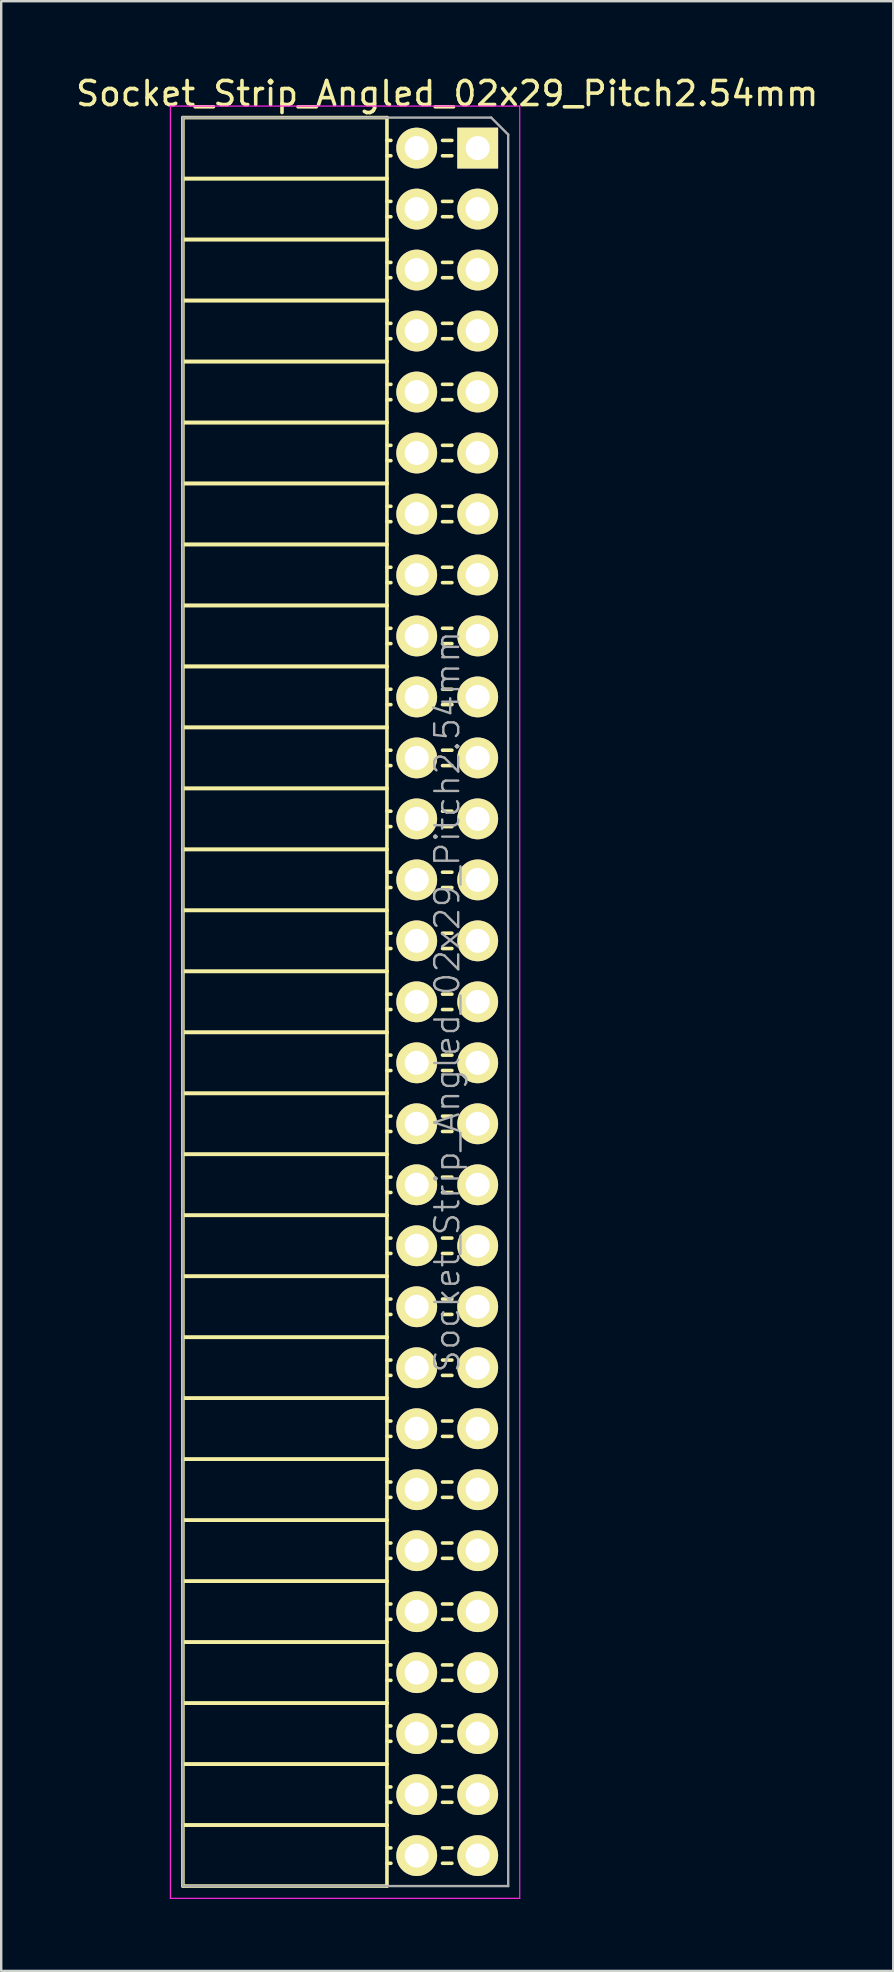
<source format=kicad_pcb>
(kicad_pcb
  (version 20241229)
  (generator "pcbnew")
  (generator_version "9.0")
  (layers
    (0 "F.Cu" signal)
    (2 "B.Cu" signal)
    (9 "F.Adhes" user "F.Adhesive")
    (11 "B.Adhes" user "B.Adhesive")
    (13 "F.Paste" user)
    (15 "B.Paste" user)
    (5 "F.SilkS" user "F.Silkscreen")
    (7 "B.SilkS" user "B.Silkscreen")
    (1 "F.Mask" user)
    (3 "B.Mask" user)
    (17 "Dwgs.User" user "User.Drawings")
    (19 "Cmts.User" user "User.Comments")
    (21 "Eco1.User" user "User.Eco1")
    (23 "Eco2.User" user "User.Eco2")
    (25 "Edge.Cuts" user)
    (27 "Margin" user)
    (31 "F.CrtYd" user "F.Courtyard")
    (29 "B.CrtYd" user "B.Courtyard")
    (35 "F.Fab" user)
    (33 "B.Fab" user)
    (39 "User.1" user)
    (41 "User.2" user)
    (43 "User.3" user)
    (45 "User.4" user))
  (footprint "Socket_Strip_Angled_02x29_Pitch2.54mm"
    (layer "F.Cu")
    (at 16.847 3.118)
    (property "Reference" "Socket_Strip_Angled_02x29_Pitch2.54mm" (at -1.27 -2.27 0) (layer "F.SilkS") (effects (font (size 1 1) (thickness 0.15))))
    (attr smd)
    (fp_line (start -12.28 -1.27) (end -12.28 1.27) (stroke (width 0.15) (type solid)) (layer "F.SilkS"))
    (fp_line (start -12.28 -1.27) (end -3.78 -1.27) (stroke (width 0.15) (type solid)) (layer "F.SilkS"))
    (fp_line (start -12.28 1.27) (end -12.28 3.81) (stroke (width 0.15) (type solid)) (layer "F.SilkS"))
    (fp_line (start -12.28 1.27) (end -3.78 1.27) (stroke (width 0.15) (type solid)) (layer "F.SilkS"))
    (fp_line (start -12.28 1.27) (end -3.78 1.27) (stroke (width 0.15) (type solid)) (layer "F.SilkS"))
    (fp_line (start -12.28 3.81) (end -12.28 6.35) (stroke (width 0.15) (type solid)) (layer "F.SilkS"))
    (fp_line (start -12.28 3.81) (end -3.78 3.81) (stroke (width 0.15) (type solid)) (layer "F.SilkS"))
    (fp_line (start -12.28 3.81) (end -3.78 3.81) (stroke (width 0.15) (type solid)) (layer "F.SilkS"))
    (fp_line (start -12.28 6.35) (end -12.28 8.89) (stroke (width 0.15) (type solid)) (layer "F.SilkS"))
    (fp_line (start -12.28 6.35) (end -3.78 6.35) (stroke (width 0.15) (type solid)) (layer "F.SilkS"))
    (fp_line (start -12.28 6.35) (end -3.78 6.35) (stroke (width 0.15) (type solid)) (layer "F.SilkS"))
    (fp_line (start -12.28 8.89) (end -12.28 11.43) (stroke (width 0.15) (type solid)) (layer "F.SilkS"))
    (fp_line (start -12.28 8.89) (end -3.78 8.89) (stroke (width 0.15) (type solid)) (layer "F.SilkS"))
    (fp_line (start -12.28 8.89) (end -3.78 8.89) (stroke (width 0.15) (type solid)) (layer "F.SilkS"))
    (fp_line (start -12.28 11.43) (end -12.28 13.97) (stroke (width 0.15) (type solid)) (layer "F.SilkS"))
    (fp_line (start -12.28 11.43) (end -3.78 11.43) (stroke (width 0.15) (type solid)) (layer "F.SilkS"))
    (fp_line (start -12.28 11.43) (end -3.78 11.43) (stroke (width 0.15) (type solid)) (layer "F.SilkS"))
    (fp_line (start -12.28 13.97) (end -12.28 16.51) (stroke (width 0.15) (type solid)) (layer "F.SilkS"))
    (fp_line (start -12.28 13.97) (end -3.78 13.97) (stroke (width 0.15) (type solid)) (layer "F.SilkS"))
    (fp_line (start -12.28 13.97) (end -3.78 13.97) (stroke (width 0.15) (type solid)) (layer "F.SilkS"))
    (fp_line (start -12.28 16.51) (end -12.28 19.05) (stroke (width 0.15) (type solid)) (layer "F.SilkS"))
    (fp_line (start -12.28 16.51) (end -3.78 16.51) (stroke (width 0.15) (type solid)) (layer "F.SilkS"))
    (fp_line (start -12.28 16.51) (end -3.78 16.51) (stroke (width 0.15) (type solid)) (layer "F.SilkS"))
    (fp_line (start -12.28 19.05) (end -12.28 21.59) (stroke (width 0.15) (type solid)) (layer "F.SilkS"))
    (fp_line (start -12.28 19.05) (end -3.78 19.05) (stroke (width 0.15) (type solid)) (layer "F.SilkS"))
    (fp_line (start -12.28 19.05) (end -3.78 19.05) (stroke (width 0.15) (type solid)) (layer "F.SilkS"))
    (fp_line (start -12.28 21.59) (end -12.28 24.13) (stroke (width 0.15) (type solid)) (layer "F.SilkS"))
    (fp_line (start -12.28 21.59) (end -3.78 21.59) (stroke (width 0.15) (type solid)) (layer "F.SilkS"))
    (fp_line (start -12.28 21.59) (end -3.78 21.59) (stroke (width 0.15) (type solid)) (layer "F.SilkS"))
    (fp_line (start -12.28 24.13) (end -12.28 26.67) (stroke (width 0.15) (type solid)) (layer "F.SilkS"))
    (fp_line (start -12.28 24.13) (end -3.78 24.13) (stroke (width 0.15) (type solid)) (layer "F.SilkS"))
    (fp_line (start -12.28 24.13) (end -3.78 24.13) (stroke (width 0.15) (type solid)) (layer "F.SilkS"))
    (fp_line (start -12.28 26.67) (end -12.28 29.21) (stroke (width 0.15) (type solid)) (layer "F.SilkS"))
    (fp_line (start -12.28 26.67) (end -3.78 26.67) (stroke (width 0.15) (type solid)) (layer "F.SilkS"))
    (fp_line (start -12.28 26.67) (end -3.78 26.67) (stroke (width 0.15) (type solid)) (layer "F.SilkS"))
    (fp_line (start -12.28 29.21) (end -12.28 31.75) (stroke (width 0.15) (type solid)) (layer "F.SilkS"))
    (fp_line (start -12.28 29.21) (end -3.78 29.21) (stroke (width 0.15) (type solid)) (layer "F.SilkS"))
    (fp_line (start -12.28 29.21) (end -3.78 29.21) (stroke (width 0.15) (type solid)) (layer "F.SilkS"))
    (fp_line (start -12.28 31.75) (end -12.28 34.29) (stroke (width 0.15) (type solid)) (layer "F.SilkS"))
    (fp_line (start -12.28 31.75) (end -3.78 31.75) (stroke (width 0.15) (type solid)) (layer "F.SilkS"))
    (fp_line (start -12.28 31.75) (end -3.78 31.75) (stroke (width 0.15) (type solid)) (layer "F.SilkS"))
    (fp_line (start -12.28 34.29) (end -12.28 36.83) (stroke (width 0.15) (type solid)) (layer "F.SilkS"))
    (fp_line (start -12.28 34.29) (end -3.78 34.29) (stroke (width 0.15) (type solid)) (layer "F.SilkS"))
    (fp_line (start -12.28 34.29) (end -3.78 34.29) (stroke (width 0.15) (type solid)) (layer "F.SilkS"))
    (fp_line (start -12.28 36.83) (end -12.28 39.37) (stroke (width 0.15) (type solid)) (layer "F.SilkS"))
    (fp_line (start -12.28 36.83) (end -3.78 36.83) (stroke (width 0.15) (type solid)) (layer "F.SilkS"))
    (fp_line (start -12.28 36.83) (end -3.78 36.83) (stroke (width 0.15) (type solid)) (layer "F.SilkS"))
    (fp_line (start -12.28 39.37) (end -12.28 41.91) (stroke (width 0.15) (type solid)) (layer "F.SilkS"))
    (fp_line (start -12.28 39.37) (end -3.78 39.37) (stroke (width 0.15) (type solid)) (layer "F.SilkS"))
    (fp_line (start -12.28 39.37) (end -3.78 39.37) (stroke (width 0.15) (type solid)) (layer "F.SilkS"))
    (fp_line (start -12.28 41.91) (end -12.28 44.45) (stroke (width 0.15) (type solid)) (layer "F.SilkS"))
    (fp_line (start -12.28 41.91) (end -3.78 41.91) (stroke (width 0.15) (type solid)) (layer "F.SilkS"))
    (fp_line (start -12.28 41.91) (end -3.78 41.91) (stroke (width 0.15) (type solid)) (layer "F.SilkS"))
    (fp_line (start -12.28 44.45) (end -12.28 46.99) (stroke (width 0.15) (type solid)) (layer "F.SilkS"))
    (fp_line (start -12.28 44.45) (end -3.78 44.45) (stroke (width 0.15) (type solid)) (layer "F.SilkS"))
    (fp_line (start -12.28 44.45) (end -3.78 44.45) (stroke (width 0.15) (type solid)) (layer "F.SilkS"))
    (fp_line (start -12.28 46.99) (end -12.28 49.53) (stroke (width 0.15) (type solid)) (layer "F.SilkS"))
    (fp_line (start -12.28 46.99) (end -3.78 46.99) (stroke (width 0.15) (type solid)) (layer "F.SilkS"))
    (fp_line (start -12.28 46.99) (end -3.78 46.99) (stroke (width 0.15) (type solid)) (layer "F.SilkS"))
    (fp_line (start -12.28 49.53) (end -12.28 52.07) (stroke (width 0.15) (type solid)) (layer "F.SilkS"))
    (fp_line (start -12.28 49.53) (end -3.78 49.53) (stroke (width 0.15) (type solid)) (layer "F.SilkS"))
    (fp_line (start -12.28 49.53) (end -3.78 49.53) (stroke (width 0.15) (type solid)) (layer "F.SilkS"))
    (fp_line (start -12.28 52.07) (end -12.28 54.61) (stroke (width 0.15) (type solid)) (layer "F.SilkS"))
    (fp_line (start -12.28 52.07) (end -3.78 52.07) (stroke (width 0.15) (type solid)) (layer "F.SilkS"))
    (fp_line (start -12.28 52.07) (end -3.78 52.07) (stroke (width 0.15) (type solid)) (layer "F.SilkS"))
    (fp_line (start -12.28 54.61) (end -12.28 57.15) (stroke (width 0.15) (type solid)) (layer "F.SilkS"))
    (fp_line (start -12.28 54.61) (end -3.78 54.61) (stroke (width 0.15) (type solid)) (layer "F.SilkS"))
    (fp_line (start -12.28 54.61) (end -3.78 54.61) (stroke (width 0.15) (type solid)) (layer "F.SilkS"))
    (fp_line (start -12.28 57.15) (end -12.28 59.69) (stroke (width 0.15) (type solid)) (layer "F.SilkS"))
    (fp_line (start -12.28 57.15) (end -3.78 57.15) (stroke (width 0.15) (type solid)) (layer "F.SilkS"))
    (fp_line (start -12.28 57.15) (end -3.78 57.15) (stroke (width 0.15) (type solid)) (layer "F.SilkS"))
    (fp_line (start -12.28 59.69) (end -12.28 62.23) (stroke (width 0.15) (type solid)) (layer "F.SilkS"))
    (fp_line (start -12.28 59.69) (end -3.78 59.69) (stroke (width 0.15) (type solid)) (layer "F.SilkS"))
    (fp_line (start -12.28 59.69) (end -3.78 59.69) (stroke (width 0.15) (type solid)) (layer "F.SilkS"))
    (fp_line (start -12.28 62.23) (end -12.28 64.77) (stroke (width 0.15) (type solid)) (layer "F.SilkS"))
    (fp_line (start -12.28 62.23) (end -3.78 62.23) (stroke (width 0.15) (type solid)) (layer "F.SilkS"))
    (fp_line (start -12.28 62.23) (end -3.78 62.23) (stroke (width 0.15) (type solid)) (layer "F.SilkS"))
    (fp_line (start -12.28 64.77) (end -12.28 67.31) (stroke (width 0.15) (type solid)) (layer "F.SilkS"))
    (fp_line (start -12.28 64.77) (end -3.78 64.77) (stroke (width 0.15) (type solid)) (layer "F.SilkS"))
    (fp_line (start -12.28 64.77) (end -3.78 64.77) (stroke (width 0.15) (type solid)) (layer "F.SilkS"))
    (fp_line (start -12.28 67.31) (end -12.28 69.85) (stroke (width 0.15) (type solid)) (layer "F.SilkS"))
    (fp_line (start -12.28 67.31) (end -3.78 67.31) (stroke (width 0.15) (type solid)) (layer "F.SilkS"))
    (fp_line (start -12.28 67.31) (end -3.78 67.31) (stroke (width 0.15) (type solid)) (layer "F.SilkS"))
    (fp_line (start -12.28 69.85) (end -12.28 72.39) (stroke (width 0.15) (type solid)) (layer "F.SilkS"))
    (fp_line (start -12.28 69.85) (end -3.78 69.85) (stroke (width 0.15) (type solid)) (layer "F.SilkS"))
    (fp_line (start -12.28 69.85) (end -3.78 69.85) (stroke (width 0.15) (type solid)) (layer "F.SilkS"))
    (fp_line (start -12.28 72.39) (end -3.78 72.39) (stroke (width 0.15) (type solid)) (layer "F.SilkS"))
    (fp_line (start -3.78 -1.27) (end -3.78 1.27) (stroke (width 0.15) (type solid)) (layer "F.SilkS"))
    (fp_line (start -3.78 -0.32) (end -3.615 -0.32) (stroke (width 0.15) (type solid)) (layer "F.SilkS"))
    (fp_line (start -3.78 0.32) (end -3.615 0.32) (stroke (width 0.15) (type solid)) (layer "F.SilkS"))
    (fp_line (start -3.78 1.27) (end -3.78 3.81) (stroke (width 0.15) (type solid)) (layer "F.SilkS"))
    (fp_line (start -3.78 2.22) (end -3.615 2.22) (stroke (width 0.15) (type solid)) (layer "F.SilkS"))
    (fp_line (start -3.78 2.86) (end -3.615 2.86) (stroke (width 0.15) (type solid)) (layer "F.SilkS"))
    (fp_line (start -3.78 3.81) (end -3.78 6.35) (stroke (width 0.15) (type solid)) (layer "F.SilkS"))
    (fp_line (start -3.78 4.76) (end -3.615 4.76) (stroke (width 0.15) (type solid)) (layer "F.SilkS"))
    (fp_line (start -3.78 5.4) (end -3.615 5.4) (stroke (width 0.15) (type solid)) (layer "F.SilkS"))
    (fp_line (start -3.78 6.35) (end -3.78 8.89) (stroke (width 0.15) (type solid)) (layer "F.SilkS"))
    (fp_line (start -3.78 7.3) (end -3.615 7.3) (stroke (width 0.15) (type solid)) (layer "F.SilkS"))
    (fp_line (start -3.78 7.94) (end -3.615 7.94) (stroke (width 0.15) (type solid)) (layer "F.SilkS"))
    (fp_line (start -3.78 8.89) (end -3.78 11.43) (stroke (width 0.15) (type solid)) (layer "F.SilkS"))
    (fp_line (start -3.78 9.84) (end -3.615 9.84) (stroke (width 0.15) (type solid)) (layer "F.SilkS"))
    (fp_line (start -3.78 10.48) (end -3.615 10.48) (stroke (width 0.15) (type solid)) (layer "F.SilkS"))
    (fp_line (start -3.78 11.43) (end -3.78 13.97) (stroke (width 0.15) (type solid)) (layer "F.SilkS"))
    (fp_line (start -3.78 12.38) (end -3.615 12.38) (stroke (width 0.15) (type solid)) (layer "F.SilkS"))
    (fp_line (start -3.78 13.02) (end -3.615 13.02) (stroke (width 0.15) (type solid)) (layer "F.SilkS"))
    (fp_line (start -3.78 13.97) (end -3.78 16.51) (stroke (width 0.15) (type solid)) (layer "F.SilkS"))
    (fp_line (start -3.78 14.92) (end -3.615 14.92) (stroke (width 0.15) (type solid)) (layer "F.SilkS"))
    (fp_line (start -3.78 15.56) (end -3.615 15.56) (stroke (width 0.15) (type solid)) (layer "F.SilkS"))
    (fp_line (start -3.78 16.51) (end -3.78 19.05) (stroke (width 0.15) (type solid)) (layer "F.SilkS"))
    (fp_line (start -3.78 17.46) (end -3.615 17.46) (stroke (width 0.15) (type solid)) (layer "F.SilkS"))
    (fp_line (start -3.78 18.1) (end -3.615 18.1) (stroke (width 0.15) (type solid)) (layer "F.SilkS"))
    (fp_line (start -3.78 19.05) (end -3.78 21.59) (stroke (width 0.15) (type solid)) (layer "F.SilkS"))
    (fp_line (start -3.78 20) (end -3.615 20) (stroke (width 0.15) (type solid)) (layer "F.SilkS"))
    (fp_line (start -3.78 20.64) (end -3.615 20.64) (stroke (width 0.15) (type solid)) (layer "F.SilkS"))
    (fp_line (start -3.78 21.59) (end -3.78 24.13) (stroke (width 0.15) (type solid)) (layer "F.SilkS"))
    (fp_line (start -3.78 22.54) (end -3.615 22.54) (stroke (width 0.15) (type solid)) (layer "F.SilkS"))
    (fp_line (start -3.78 23.18) (end -3.615 23.18) (stroke (width 0.15) (type solid)) (layer "F.SilkS"))
    (fp_line (start -3.78 24.13) (end -3.78 26.67) (stroke (width 0.15) (type solid)) (layer "F.SilkS"))
    (fp_line (start -3.78 25.08) (end -3.615 25.08) (stroke (width 0.15) (type solid)) (layer "F.SilkS"))
    (fp_line (start -3.78 25.72) (end -3.615 25.72) (stroke (width 0.15) (type solid)) (layer "F.SilkS"))
    (fp_line (start -3.78 26.67) (end -3.78 29.21) (stroke (width 0.15) (type solid)) (layer "F.SilkS"))
    (fp_line (start -3.78 27.62) (end -3.615 27.62) (stroke (width 0.15) (type solid)) (layer "F.SilkS"))
    (fp_line (start -3.78 28.26) (end -3.615 28.26) (stroke (width 0.15) (type solid)) (layer "F.SilkS"))
    (fp_line (start -3.78 29.21) (end -3.78 31.75) (stroke (width 0.15) (type solid)) (layer "F.SilkS"))
    (fp_line (start -3.78 30.16) (end -3.615 30.16) (stroke (width 0.15) (type solid)) (layer "F.SilkS"))
    (fp_line (start -3.78 30.8) (end -3.615 30.8) (stroke (width 0.15) (type solid)) (layer "F.SilkS"))
    (fp_line (start -3.78 31.75) (end -3.78 34.29) (stroke (width 0.15) (type solid)) (layer "F.SilkS"))
    (fp_line (start -3.78 32.7) (end -3.615 32.7) (stroke (width 0.15) (type solid)) (layer "F.SilkS"))
    (fp_line (start -3.78 33.34) (end -3.615 33.34) (stroke (width 0.15) (type solid)) (layer "F.SilkS"))
    (fp_line (start -3.78 34.29) (end -3.78 36.83) (stroke (width 0.15) (type solid)) (layer "F.SilkS"))
    (fp_line (start -3.78 35.24) (end -3.615 35.24) (stroke (width 0.15) (type solid)) (layer "F.SilkS"))
    (fp_line (start -3.78 35.88) (end -3.615 35.88) (stroke (width 0.15) (type solid)) (layer "F.SilkS"))
    (fp_line (start -3.78 36.83) (end -3.78 39.37) (stroke (width 0.15) (type solid)) (layer "F.SilkS"))
    (fp_line (start -3.78 37.78) (end -3.615 37.78) (stroke (width 0.15) (type solid)) (layer "F.SilkS"))
    (fp_line (start -3.78 38.42) (end -3.615 38.42) (stroke (width 0.15) (type solid)) (layer "F.SilkS"))
    (fp_line (start -3.78 39.37) (end -3.78 41.91) (stroke (width 0.15) (type solid)) (layer "F.SilkS"))
    (fp_line (start -3.78 40.32) (end -3.615 40.32) (stroke (width 0.15) (type solid)) (layer "F.SilkS"))
    (fp_line (start -3.78 40.96) (end -3.615 40.96) (stroke (width 0.15) (type solid)) (layer "F.SilkS"))
    (fp_line (start -3.78 41.91) (end -3.78 44.45) (stroke (width 0.15) (type solid)) (layer "F.SilkS"))
    (fp_line (start -3.78 42.86) (end -3.615 42.86) (stroke (width 0.15) (type solid)) (layer "F.SilkS"))
    (fp_line (start -3.78 43.5) (end -3.615 43.5) (stroke (width 0.15) (type solid)) (layer "F.SilkS"))
    (fp_line (start -3.78 44.45) (end -3.78 46.99) (stroke (width 0.15) (type solid)) (layer "F.SilkS"))
    (fp_line (start -3.78 45.4) (end -3.615 45.4) (stroke (width 0.15) (type solid)) (layer "F.SilkS"))
    (fp_line (start -3.78 46.04) (end -3.615 46.04) (stroke (width 0.15) (type solid)) (layer "F.SilkS"))
    (fp_line (start -3.78 46.99) (end -3.78 49.53) (stroke (width 0.15) (type solid)) (layer "F.SilkS"))
    (fp_line (start -3.78 47.94) (end -3.615 47.94) (stroke (width 0.15) (type solid)) (layer "F.SilkS"))
    (fp_line (start -3.78 48.58) (end -3.615 48.58) (stroke (width 0.15) (type solid)) (layer "F.SilkS"))
    (fp_line (start -3.78 49.53) (end -3.78 52.07) (stroke (width 0.15) (type solid)) (layer "F.SilkS"))
    (fp_line (start -3.78 50.48) (end -3.615 50.48) (stroke (width 0.15) (type solid)) (layer "F.SilkS"))
    (fp_line (start -3.78 51.12) (end -3.615 51.12) (stroke (width 0.15) (type solid)) (layer "F.SilkS"))
    (fp_line (start -3.78 52.07) (end -3.78 54.61) (stroke (width 0.15) (type solid)) (layer "F.SilkS"))
    (fp_line (start -3.78 53.02) (end -3.615 53.02) (stroke (width 0.15) (type solid)) (layer "F.SilkS"))
    (fp_line (start -3.78 53.66) (end -3.615 53.66) (stroke (width 0.15) (type solid)) (layer "F.SilkS"))
    (fp_line (start -3.78 54.61) (end -3.78 57.15) (stroke (width 0.15) (type solid)) (layer "F.SilkS"))
    (fp_line (start -3.78 55.56) (end -3.615 55.56) (stroke (width 0.15) (type solid)) (layer "F.SilkS"))
    (fp_line (start -3.78 56.2) (end -3.615 56.2) (stroke (width 0.15) (type solid)) (layer "F.SilkS"))
    (fp_line (start -3.78 57.15) (end -3.78 59.69) (stroke (width 0.15) (type solid)) (layer "F.SilkS"))
    (fp_line (start -3.78 58.1) (end -3.615 58.1) (stroke (width 0.15) (type solid)) (layer "F.SilkS"))
    (fp_line (start -3.78 58.74) (end -3.615 58.74) (stroke (width 0.15) (type solid)) (layer "F.SilkS"))
    (fp_line (start -3.78 59.69) (end -3.78 62.23) (stroke (width 0.15) (type solid)) (layer "F.SilkS"))
    (fp_line (start -3.78 60.64) (end -3.615 60.64) (stroke (width 0.15) (type solid)) (layer "F.SilkS"))
    (fp_line (start -3.78 61.28) (end -3.615 61.28) (stroke (width 0.15) (type solid)) (layer "F.SilkS"))
    (fp_line (start -3.78 62.23) (end -3.78 64.77) (stroke (width 0.15) (type solid)) (layer "F.SilkS"))
    (fp_line (start -3.78 63.18) (end -3.615 63.18) (stroke (width 0.15) (type solid)) (layer "F.SilkS"))
    (fp_line (start -3.78 63.82) (end -3.615 63.82) (stroke (width 0.15) (type solid)) (layer "F.SilkS"))
    (fp_line (start -3.78 64.77) (end -3.78 67.31) (stroke (width 0.15) (type solid)) (layer "F.SilkS"))
    (fp_line (start -3.78 65.72) (end -3.615 65.72) (stroke (width 0.15) (type solid)) (layer "F.SilkS"))
    (fp_line (start -3.78 66.36) (end -3.615 66.36) (stroke (width 0.15) (type solid)) (layer "F.SilkS"))
    (fp_line (start -3.78 67.31) (end -3.78 69.85) (stroke (width 0.15) (type solid)) (layer "F.SilkS"))
    (fp_line (start -3.78 68.26) (end -3.615 68.26) (stroke (width 0.15) (type solid)) (layer "F.SilkS"))
    (fp_line (start -3.78 68.9) (end -3.615 68.9) (stroke (width 0.15) (type solid)) (layer "F.SilkS"))
    (fp_line (start -3.78 69.85) (end -3.78 72.39) (stroke (width 0.15) (type solid)) (layer "F.SilkS"))
    (fp_line (start -3.78 70.8) (end -3.615 70.8) (stroke (width 0.15) (type solid)) (layer "F.SilkS"))
    (fp_line (start -3.78 71.44) (end -3.615 71.44) (stroke (width 0.15) (type solid)) (layer "F.SilkS"))
    (fp_line (start -1.075 -0.32) (end -1.465 -0.32) (stroke (width 0.15) (type solid)) (layer "F.SilkS"))
    (fp_line (start -1.075 0.32) (end -1.465 0.32) (stroke (width 0.15) (type solid)) (layer "F.SilkS"))
    (fp_line (start -1.075 2.22) (end -1.465 2.22) (stroke (width 0.15) (type solid)) (layer "F.SilkS"))
    (fp_line (start -1.075 2.86) (end -1.465 2.86) (stroke (width 0.15) (type solid)) (layer "F.SilkS"))
    (fp_line (start -1.075 4.76) (end -1.465 4.76) (stroke (width 0.15) (type solid)) (layer "F.SilkS"))
    (fp_line (start -1.075 5.4) (end -1.465 5.4) (stroke (width 0.15) (type solid)) (layer "F.SilkS"))
    (fp_line (start -1.075 7.3) (end -1.465 7.3) (stroke (width 0.15) (type solid)) (layer "F.SilkS"))
    (fp_line (start -1.075 7.94) (end -1.465 7.94) (stroke (width 0.15) (type solid)) (layer "F.SilkS"))
    (fp_line (start -1.075 9.84) (end -1.465 9.84) (stroke (width 0.15) (type solid)) (layer "F.SilkS"))
    (fp_line (start -1.075 10.48) (end -1.465 10.48) (stroke (width 0.15) (type solid)) (layer "F.SilkS"))
    (fp_line (start -1.075 12.38) (end -1.465 12.38) (stroke (width 0.15) (type solid)) (layer "F.SilkS"))
    (fp_line (start -1.075 13.02) (end -1.465 13.02) (stroke (width 0.15) (type solid)) (layer "F.SilkS"))
    (fp_line (start -1.075 14.92) (end -1.465 14.92) (stroke (width 0.15) (type solid)) (layer "F.SilkS"))
    (fp_line (start -1.075 15.56) (end -1.465 15.56) (stroke (width 0.15) (type solid)) (layer "F.SilkS"))
    (fp_line (start -1.075 17.46) (end -1.465 17.46) (stroke (width 0.15) (type solid)) (layer "F.SilkS"))
    (fp_line (start -1.075 18.1) (end -1.465 18.1) (stroke (width 0.15) (type solid)) (layer "F.SilkS"))
    (fp_line (start -1.075 20) (end -1.465 20) (stroke (width 0.15) (type solid)) (layer "F.SilkS"))
    (fp_line (start -1.075 20.64) (end -1.465 20.64) (stroke (width 0.15) (type solid)) (layer "F.SilkS"))
    (fp_line (start -1.075 22.54) (end -1.465 22.54) (stroke (width 0.15) (type solid)) (layer "F.SilkS"))
    (fp_line (start -1.075 23.18) (end -1.465 23.18) (stroke (width 0.15) (type solid)) (layer "F.SilkS"))
    (fp_line (start -1.075 25.08) (end -1.465 25.08) (stroke (width 0.15) (type solid)) (layer "F.SilkS"))
    (fp_line (start -1.075 25.72) (end -1.465 25.72) (stroke (width 0.15) (type solid)) (layer "F.SilkS"))
    (fp_line (start -1.075 27.62) (end -1.465 27.62) (stroke (width 0.15) (type solid)) (layer "F.SilkS"))
    (fp_line (start -1.075 28.26) (end -1.465 28.26) (stroke (width 0.15) (type solid)) (layer "F.SilkS"))
    (fp_line (start -1.075 30.16) (end -1.465 30.16) (stroke (width 0.15) (type solid)) (layer "F.SilkS"))
    (fp_line (start -1.075 30.8) (end -1.465 30.8) (stroke (width 0.15) (type solid)) (layer "F.SilkS"))
    (fp_line (start -1.075 32.7) (end -1.465 32.7) (stroke (width 0.15) (type solid)) (layer "F.SilkS"))
    (fp_line (start -1.075 33.34) (end -1.465 33.34) (stroke (width 0.15) (type solid)) (layer "F.SilkS"))
    (fp_line (start -1.075 35.24) (end -1.465 35.24) (stroke (width 0.15) (type solid)) (layer "F.SilkS"))
    (fp_line (start -1.075 35.88) (end -1.465 35.88) (stroke (width 0.15) (type solid)) (layer "F.SilkS"))
    (fp_line (start -1.075 37.78) (end -1.465 37.78) (stroke (width 0.15) (type solid)) (layer "F.SilkS"))
    (fp_line (start -1.075 38.42) (end -1.465 38.42) (stroke (width 0.15) (type solid)) (layer "F.SilkS"))
    (fp_line (start -1.075 40.32) (end -1.465 40.32) (stroke (width 0.15) (type solid)) (layer "F.SilkS"))
    (fp_line (start -1.075 40.96) (end -1.465 40.96) (stroke (width 0.15) (type solid)) (layer "F.SilkS"))
    (fp_line (start -1.075 42.86) (end -1.465 42.86) (stroke (width 0.15) (type solid)) (layer "F.SilkS"))
    (fp_line (start -1.075 43.5) (end -1.465 43.5) (stroke (width 0.15) (type solid)) (layer "F.SilkS"))
    (fp_line (start -1.075 45.4) (end -1.465 45.4) (stroke (width 0.15) (type solid)) (layer "F.SilkS"))
    (fp_line (start -1.075 46.04) (end -1.465 46.04) (stroke (width 0.15) (type solid)) (layer "F.SilkS"))
    (fp_line (start -1.075 47.94) (end -1.465 47.94) (stroke (width 0.15) (type solid)) (layer "F.SilkS"))
    (fp_line (start -1.075 48.58) (end -1.465 48.58) (stroke (width 0.15) (type solid)) (layer "F.SilkS"))
    (fp_line (start -1.075 50.48) (end -1.465 50.48) (stroke (width 0.15) (type solid)) (layer "F.SilkS"))
    (fp_line (start -1.075 51.12) (end -1.465 51.12) (stroke (width 0.15) (type solid)) (layer "F.SilkS"))
    (fp_line (start -1.075 53.02) (end -1.465 53.02) (stroke (width 0.15) (type solid)) (layer "F.SilkS"))
    (fp_line (start -1.075 53.66) (end -1.465 53.66) (stroke (width 0.15) (type solid)) (layer "F.SilkS"))
    (fp_line (start -1.075 55.56) (end -1.465 55.56) (stroke (width 0.15) (type solid)) (layer "F.SilkS"))
    (fp_line (start -1.075 56.2) (end -1.465 56.2) (stroke (width 0.15) (type solid)) (layer "F.SilkS"))
    (fp_line (start -1.075 58.1) (end -1.465 58.1) (stroke (width 0.15) (type solid)) (layer "F.SilkS"))
    (fp_line (start -1.075 58.74) (end -1.465 58.74) (stroke (width 0.15) (type solid)) (layer "F.SilkS"))
    (fp_line (start -1.075 60.64) (end -1.465 60.64) (stroke (width 0.15) (type solid)) (layer "F.SilkS"))
    (fp_line (start -1.075 61.28) (end -1.465 61.28) (stroke (width 0.15) (type solid)) (layer "F.SilkS"))
    (fp_line (start -1.075 63.18) (end -1.465 63.18) (stroke (width 0.15) (type solid)) (layer "F.SilkS"))
    (fp_line (start -1.075 63.82) (end -1.465 63.82) (stroke (width 0.15) (type solid)) (layer "F.SilkS"))
    (fp_line (start -1.075 65.72) (end -1.465 65.72) (stroke (width 0.15) (type solid)) (layer "F.SilkS"))
    (fp_line (start -1.075 66.36) (end -1.465 66.36) (stroke (width 0.15) (type solid)) (layer "F.SilkS"))
    (fp_line (start -1.075 68.26) (end -1.465 68.26) (stroke (width 0.15) (type solid)) (layer "F.SilkS"))
    (fp_line (start -1.075 68.9) (end -1.465 68.9) (stroke (width 0.15) (type solid)) (layer "F.SilkS"))
    (fp_line (start -1.075 70.8) (end -1.465 70.8) (stroke (width 0.15) (type solid)) (layer "F.SilkS"))
    (fp_line (start -1.075 71.44) (end -1.465 71.44) (stroke (width 0.15) (type solid)) (layer "F.SilkS"))
    (fp_line (start -12.8 -1.75) (end 1.75 -1.75) (stroke (width 0.05) (type solid)) (layer "F.CrtYd"))
    (fp_line (start -12.8 72.9) (end -12.8 -1.75) (stroke (width 0.05) (type solid)) (layer "F.CrtYd"))
    (fp_line (start -12.8 72.9) (end 1.75 72.9) (stroke (width 0.05) (type solid)) (layer "F.CrtYd"))
    (fp_line (start 1.75 72.9) (end 1.75 -1.75) (stroke (width 0.05) (type solid)) (layer "F.CrtYd"))
    (fp_line (start -12.28 -1.27) (end 0.563 -1.27) (stroke (width 0.1) (type solid)) (layer "F.Fab"))
    (fp_line (start -12.28 72.39) (end -12.28 -1.27) (stroke (width 0.1) (type solid)) (layer "F.Fab"))
    (fp_line (start -12.28 72.39) (end 1.27 72.39) (stroke (width 0.1) (type solid)) (layer "F.Fab"))
    (fp_line (start 1.27 -0.563) (end 0.563 -1.27) (stroke (width 0.1) (type solid)) (layer "F.Fab"))
    (fp_line (start 1.27 72.39) (end 1.27 -0.563) (stroke (width 0.1) (type solid)) (layer "F.Fab"))
    (fp_text user "${REFERENCE}" (at -1.27 35.56 90) (layer "F.Fab") (effects (font (size 1 1) (thickness 0.1))))
    (pad "1" thru_hole rect (at 0 0) (size 1.7 1.7) (drill 1) (layers "*.Cu" "*.Mask" "F.SilkS"))
    (pad "2" thru_hole oval (at -2.54 0) (size 1.7 1.7) (drill 1) (layers "*.Cu" "*.Mask" "F.SilkS"))
    (pad "3" thru_hole oval (at 0 2.54) (size 1.7 1.7) (drill 1) (layers "*.Cu" "*.Mask" "F.SilkS"))
    (pad "4" thru_hole oval (at -2.54 2.54) (size 1.7 1.7) (drill 1) (layers "*.Cu" "*.Mask" "F.SilkS"))
    (pad "5" thru_hole oval (at 0 5.08) (size 1.7 1.7) (drill 1) (layers "*.Cu" "*.Mask" "F.SilkS"))
    (pad "6" thru_hole oval (at -2.54 5.08) (size 1.7 1.7) (drill 1) (layers "*.Cu" "*.Mask" "F.SilkS"))
    (pad "7" thru_hole oval (at 0 7.62) (size 1.7 1.7) (drill 1) (layers "*.Cu" "*.Mask" "F.SilkS"))
    (pad "8" thru_hole oval (at -2.54 7.62) (size 1.7 1.7) (drill 1) (layers "*.Cu" "*.Mask" "F.SilkS"))
    (pad "9" thru_hole oval (at 0 10.16) (size 1.7 1.7) (drill 1) (layers "*.Cu" "*.Mask" "F.SilkS"))
    (pad "10" thru_hole oval (at -2.54 10.16) (size 1.7 1.7) (drill 1) (layers "*.Cu" "*.Mask" "F.SilkS"))
    (pad "11" thru_hole oval (at 0 12.7) (size 1.7 1.7) (drill 1) (layers "*.Cu" "*.Mask" "F.SilkS"))
    (pad "12" thru_hole oval (at -2.54 12.7) (size 1.7 1.7) (drill 1) (layers "*.Cu" "*.Mask" "F.SilkS"))
    (pad "13" thru_hole oval (at 0 15.24) (size 1.7 1.7) (drill 1) (layers "*.Cu" "*.Mask" "F.SilkS"))
    (pad "14" thru_hole oval (at -2.54 15.24) (size 1.7 1.7) (drill 1) (layers "*.Cu" "*.Mask" "F.SilkS"))
    (pad "15" thru_hole oval (at 0 17.78) (size 1.7 1.7) (drill 1) (layers "*.Cu" "*.Mask" "F.SilkS"))
    (pad "16" thru_hole oval (at -2.54 17.78) (size 1.7 1.7) (drill 1) (layers "*.Cu" "*.Mask" "F.SilkS"))
    (pad "17" thru_hole oval (at 0 20.32) (size 1.7 1.7) (drill 1) (layers "*.Cu" "*.Mask" "F.SilkS"))
    (pad "18" thru_hole oval (at -2.54 20.32) (size 1.7 1.7) (drill 1) (layers "*.Cu" "*.Mask" "F.SilkS"))
    (pad "19" thru_hole oval (at 0 22.86) (size 1.7 1.7) (drill 1) (layers "*.Cu" "*.Mask" "F.SilkS"))
    (pad "20" thru_hole oval (at -2.54 22.86) (size 1.7 1.7) (drill 1) (layers "*.Cu" "*.Mask" "F.SilkS"))
    (pad "21" thru_hole oval (at 0 25.4) (size 1.7 1.7) (drill 1) (layers "*.Cu" "*.Mask" "F.SilkS"))
    (pad "22" thru_hole oval (at -2.54 25.4) (size 1.7 1.7) (drill 1) (layers "*.Cu" "*.Mask" "F.SilkS"))
    (pad "23" thru_hole oval (at 0 27.94) (size 1.7 1.7) (drill 1) (layers "*.Cu" "*.Mask" "F.SilkS"))
    (pad "24" thru_hole oval (at -2.54 27.94) (size 1.7 1.7) (drill 1) (layers "*.Cu" "*.Mask" "F.SilkS"))
    (pad "25" thru_hole oval (at 0 30.48) (size 1.7 1.7) (drill 1) (layers "*.Cu" "*.Mask" "F.SilkS"))
    (pad "26" thru_hole oval (at -2.54 30.48) (size 1.7 1.7) (drill 1) (layers "*.Cu" "*.Mask" "F.SilkS"))
    (pad "27" thru_hole oval (at 0 33.02) (size 1.7 1.7) (drill 1) (layers "*.Cu" "*.Mask" "F.SilkS"))
    (pad "28" thru_hole oval (at -2.54 33.02) (size 1.7 1.7) (drill 1) (layers "*.Cu" "*.Mask" "F.SilkS"))
    (pad "29" thru_hole oval (at 0 35.56) (size 1.7 1.7) (drill 1) (layers "*.Cu" "*.Mask" "F.SilkS"))
    (pad "30" thru_hole oval (at -2.54 35.56) (size 1.7 1.7) (drill 1) (layers "*.Cu" "*.Mask" "F.SilkS"))
    (pad "31" thru_hole oval (at 0 38.1) (size 1.7 1.7) (drill 1) (layers "*.Cu" "*.Mask" "F.SilkS"))
    (pad "32" thru_hole oval (at -2.54 38.1) (size 1.7 1.7) (drill 1) (layers "*.Cu" "*.Mask" "F.SilkS"))
    (pad "33" thru_hole oval (at 0 40.64) (size 1.7 1.7) (drill 1) (layers "*.Cu" "*.Mask" "F.SilkS"))
    (pad "34" thru_hole oval (at -2.54 40.64) (size 1.7 1.7) (drill 1) (layers "*.Cu" "*.Mask" "F.SilkS"))
    (pad "35" thru_hole oval (at 0 43.18) (size 1.7 1.7) (drill 1) (layers "*.Cu" "*.Mask" "F.SilkS"))
    (pad "36" thru_hole oval (at -2.54 43.18) (size 1.7 1.7) (drill 1) (layers "*.Cu" "*.Mask" "F.SilkS"))
    (pad "37" thru_hole oval (at 0 45.72) (size 1.7 1.7) (drill 1) (layers "*.Cu" "*.Mask" "F.SilkS"))
    (pad "38" thru_hole oval (at -2.54 45.72) (size 1.7 1.7) (drill 1) (layers "*.Cu" "*.Mask" "F.SilkS"))
    (pad "39" thru_hole oval (at 0 48.26) (size 1.7 1.7) (drill 1) (layers "*.Cu" "*.Mask" "F.SilkS"))
    (pad "40" thru_hole oval (at -2.54 48.26) (size 1.7 1.7) (drill 1) (layers "*.Cu" "*.Mask" "F.SilkS"))
    (pad "41" thru_hole oval (at 0 50.8) (size 1.7 1.7) (drill 1) (layers "*.Cu" "*.Mask" "F.SilkS"))
    (pad "42" thru_hole oval (at -2.54 50.8) (size 1.7 1.7) (drill 1) (layers "*.Cu" "*.Mask" "F.SilkS"))
    (pad "43" thru_hole oval (at 0 53.34) (size 1.7 1.7) (drill 1) (layers "*.Cu" "*.Mask" "F.SilkS"))
    (pad "44" thru_hole oval (at -2.54 53.34) (size 1.7 1.7) (drill 1) (layers "*.Cu" "*.Mask" "F.SilkS"))
    (pad "45" thru_hole oval (at 0 55.88) (size 1.7 1.7) (drill 1) (layers "*.Cu" "*.Mask" "F.SilkS"))
    (pad "46" thru_hole oval (at -2.54 55.88) (size 1.7 1.7) (drill 1) (layers "*.Cu" "*.Mask" "F.SilkS"))
    (pad "47" thru_hole oval (at 0 58.42) (size 1.7 1.7) (drill 1) (layers "*.Cu" "*.Mask" "F.SilkS"))
    (pad "48" thru_hole oval (at -2.54 58.42) (size 1.7 1.7) (drill 1) (layers "*.Cu" "*.Mask" "F.SilkS"))
    (pad "49" thru_hole oval (at 0 60.96) (size 1.7 1.7) (drill 1) (layers "*.Cu" "*.Mask" "F.SilkS"))
    (pad "50" thru_hole oval (at -2.54 60.96) (size 1.7 1.7) (drill 1) (layers "*.Cu" "*.Mask" "F.SilkS"))
    (pad "51" thru_hole oval (at 0 63.5) (size 1.7 1.7) (drill 1) (layers "*.Cu" "*.Mask" "F.SilkS"))
    (pad "52" thru_hole oval (at -2.54 63.5) (size 1.7 1.7) (drill 1) (layers "*.Cu" "*.Mask" "F.SilkS"))
    (pad "53" thru_hole oval (at 0 66.04) (size 1.7 1.7) (drill 1) (layers "*.Cu" "*.Mask" "F.SilkS"))
    (pad "54" thru_hole oval (at -2.54 66.04) (size 1.7 1.7) (drill 1) (layers "*.Cu" "*.Mask" "F.SilkS"))
    (pad "55" thru_hole oval (at 0 68.58) (size 1.7 1.7) (drill 1) (layers "*.Cu" "*.Mask" "F.SilkS"))
    (pad "56" thru_hole oval (at -2.54 68.58) (size 1.7 1.7) (drill 1) (layers "*.Cu" "*.Mask" "F.SilkS"))
    (pad "57" thru_hole oval (at 0 71.12) (size 1.7 1.7) (drill 1) (layers "*.Cu" "*.Mask" "F.SilkS"))
    (pad "58" thru_hole oval (at -2.54 71.12) (size 1.7 1.7) (drill 1) (layers "*.Cu" "*.Mask" "F.SilkS")))
  (gr_rect
    (start -3 -3)
    (end 34.155 79.043)
    (stroke (width 0.1) (type default))
    (fill no)
    (layer "Edge.Cuts")))
</source>
